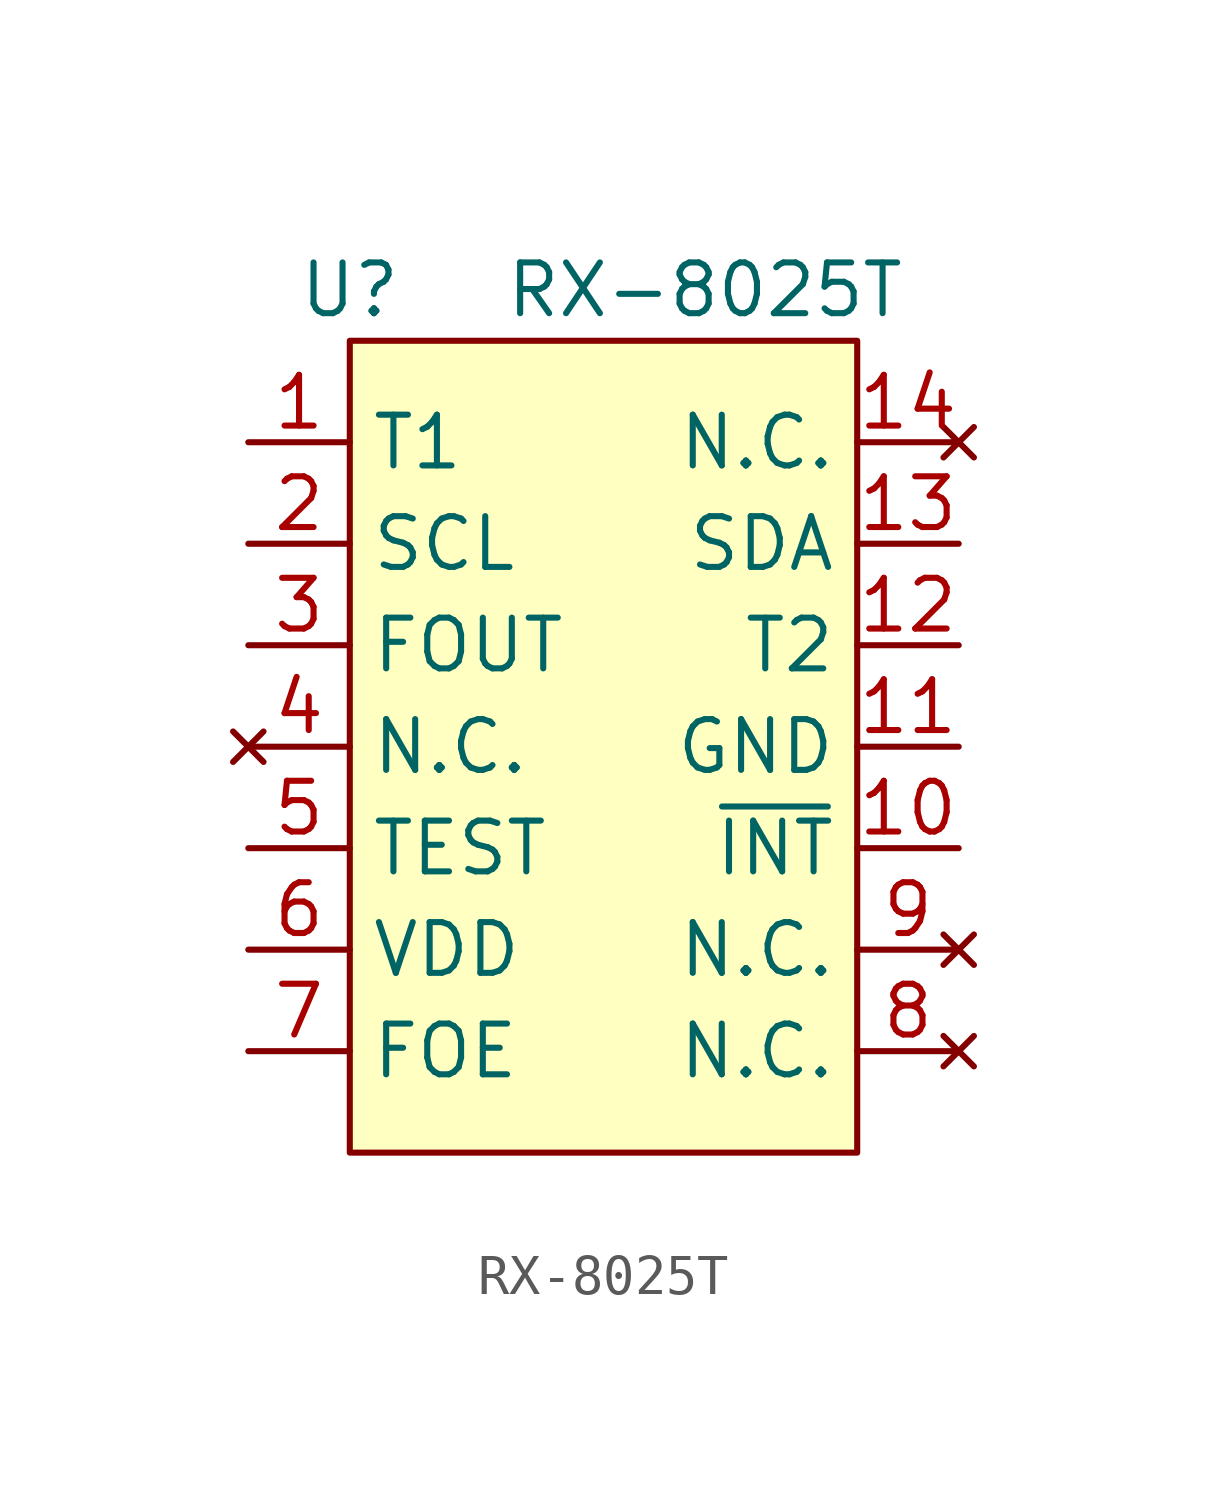
<source format=kicad_sym>
(kicad_symbol_lib
  (version 20220914)
  (generator kicad_symbol_editor)
  (symbol "RX-8025T"
    (property "Reference" "U"
      (at -6.35 11.43 0)
      (effects (font (size 1.27 1.27))))
    (property "Value" "RX-8025T"
      (at 2.54 11.43 0)
      (effects (font (size 1.27 1.27))))
    (symbol "RX-8025T_1_1"
      (rectangle (start -6.35 10.16) (end 6.35 -10.16) (stroke (width 0) (type default)) (fill (type background)))
      (pin input line (at -8.89 7.62 0) (length 2.54) (name "T1" (effects (font (size 1.27 1.27)))) (number "1" (effects (font (size 1.27 1.27)))))
      (pin output line (at 8.89 -2.54 180) (length 2.54) (name "~{INT}" (effects (font (size 1.27 1.27)))) (number "10" (effects (font (size 1.27 1.27)))))
      (pin power_in line (at 8.89 0 180) (length 2.54) (name "GND" (effects (font (size 1.27 1.27)))) (number "11" (effects (font (size 1.27 1.27)))))
      (pin unspecified line (at 8.89 2.54 180) (length 2.54) (name "T2" (effects (font (size 1.27 1.27)))) (number "12" (effects (font (size 1.27 1.27)))))
      (pin bidirectional line (at 8.89 5.08 180) (length 2.54) (name "SDA" (effects (font (size 1.27 1.27)))) (number "13" (effects (font (size 1.27 1.27)))))
      (pin no_connect line (at 8.89 7.62 180) (length 2.54) (name "N.C." (effects (font (size 1.27 1.27)))) (number "14" (effects (font (size 1.27 1.27)))))
      (pin input line (at -8.89 5.08 0) (length 2.54) (name "SCL" (effects (font (size 1.27 1.27)))) (number "2" (effects (font (size 1.27 1.27)))))
      (pin output line (at -8.89 2.54 0) (length 2.54) (name "FOUT" (effects (font (size 1.27 1.27)))) (number "3" (effects (font (size 1.27 1.27)))))
      (pin no_connect line (at -8.89 0 0) (length 2.54) (name "N.C." (effects (font (size 1.27 1.27)))) (number "4" (effects (font (size 1.27 1.27)))))
      (pin input line (at -8.89 -2.54 0) (length 2.54) (name "TEST" (effects (font (size 1.27 1.27)))) (number "5" (effects (font (size 1.27 1.27)))))
      (pin power_in line (at -8.89 -5.08 0) (length 2.54) (name "VDD" (effects (font (size 1.27 1.27)))) (number "6" (effects (font (size 1.27 1.27)))))
      (pin input line (at -8.89 -7.62 0) (length 2.54) (name "FOE" (effects (font (size 1.27 1.27)))) (number "7" (effects (font (size 1.27 1.27)))))
      (pin no_connect line (at 8.89 -7.62 180) (length 2.54) (name "N.C." (effects (font (size 1.27 1.27)))) (number "8" (effects (font (size 1.27 1.27)))))
      (pin no_connect line (at 8.89 -5.08 180) (length 2.54) (name "N.C." (effects (font (size 1.27 1.27)))) (number "9" (effects (font (size 1.27 1.27))))))))
</source>
